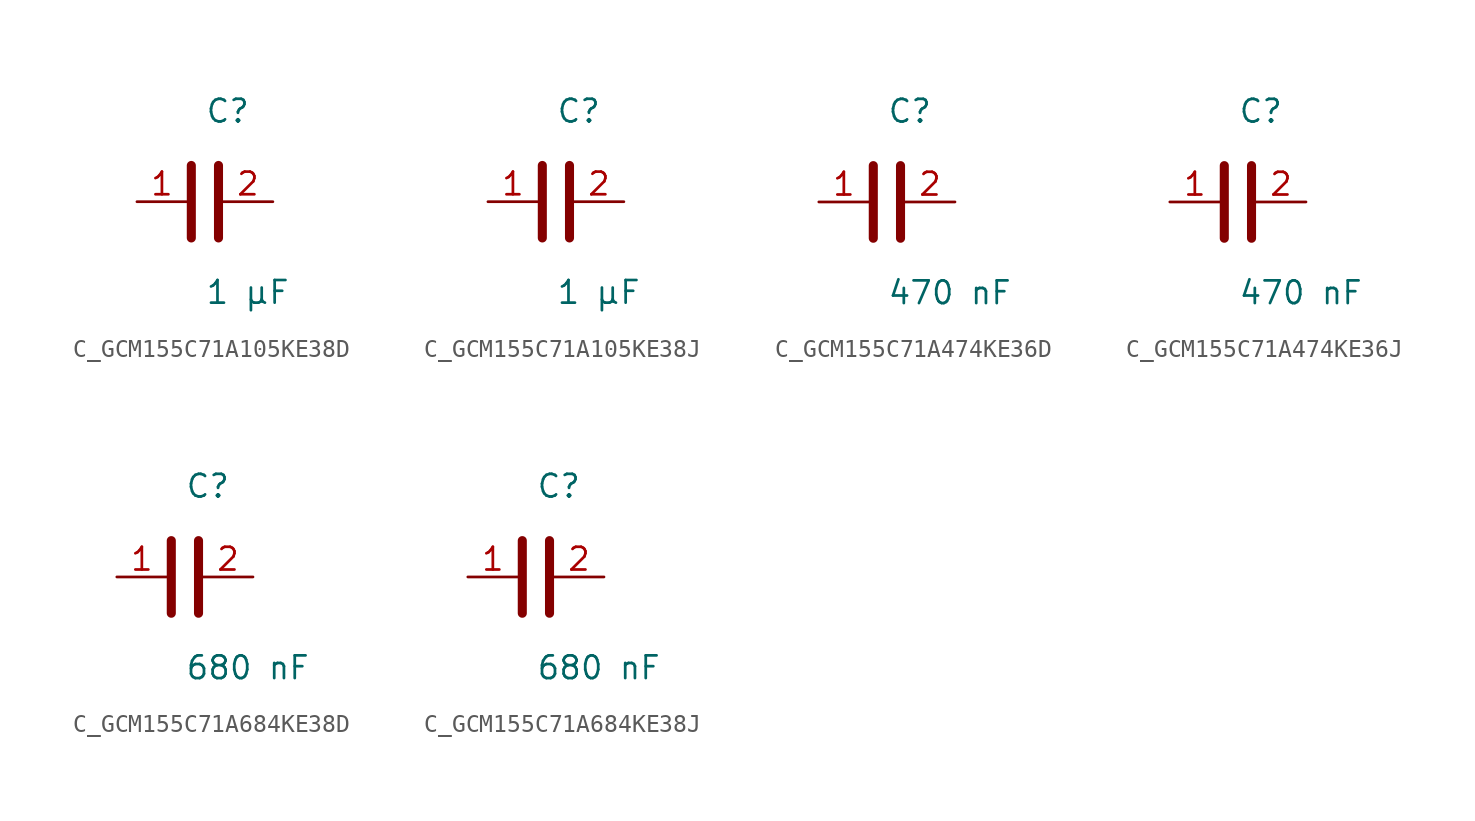
<source format=kicad_sym>
(kicad_symbol_lib
  (version 20231120)
  (generator kicad_symbol_editor)
  (generator_version 8.0)
  (symbol "C_GCM155C71A105KE38D"
    (pin_names
      (offset 0.254))
    (property "Reference" "C"
      (at 0.0 5.08 0)
      (effects (font (size 1.27 1.27)) (justify left)))
    (property "Value" "1 µF"
      (at 0.0 -5.08 0)
      (effects (font (size 1.27 1.27)) (justify left)))
    (symbol "C_GCM155C71A105KE38D_0_1"
      (polyline (pts (xy -0.762 -2.032) (xy -0.762 2.032)) (stroke (width 0.508) (type default)) (fill (type none)))
      (polyline (pts (xy 0.762 -2.032) (xy 0.762 2.032)) (stroke (width 0.508) (type default)) (fill (type none))))
    (pin unspecified line
      (at -3.81 0 0)
      (length 2.8)
      (name "" (effects (font (size 1.27 1.27))))
      (number "1" (effects (font (size 1.27 1.27)))))
    (pin unspecified line
      (at 3.81 0 180)
      (length 2.8)
      (name "" (effects (font (size 1.27 1.27))))
      (number "2" (effects (font (size 1.27 1.27))))))
  (symbol "C_GCM155C71A105KE38J"
    (pin_names
      (offset 0.254))
    (property "Reference" "C"
      (at 0.0 5.08 0)
      (effects (font (size 1.27 1.27)) (justify left)))
    (property "Value" "1 µF"
      (at 0.0 -5.08 0)
      (effects (font (size 1.27 1.27)) (justify left)))
    (symbol "C_GCM155C71A105KE38J_0_1"
      (polyline (pts (xy -0.762 -2.032) (xy -0.762 2.032)) (stroke (width 0.508) (type default)) (fill (type none)))
      (polyline (pts (xy 0.762 -2.032) (xy 0.762 2.032)) (stroke (width 0.508) (type default)) (fill (type none))))
    (pin unspecified line
      (at -3.81 0 0)
      (length 2.8)
      (name "" (effects (font (size 1.27 1.27))))
      (number "1" (effects (font (size 1.27 1.27)))))
    (pin unspecified line
      (at 3.81 0 180)
      (length 2.8)
      (name "" (effects (font (size 1.27 1.27))))
      (number "2" (effects (font (size 1.27 1.27))))))
  (symbol "C_GCM155C71A474KE36D"
    (pin_names
      (offset 0.254))
    (property "Reference" "C"
      (at 0.0 5.08 0)
      (effects (font (size 1.27 1.27)) (justify left)))
    (property "Value" "470 nF"
      (at 0.0 -5.08 0)
      (effects (font (size 1.27 1.27)) (justify left)))
    (symbol "C_GCM155C71A474KE36D_0_1"
      (polyline (pts (xy -0.762 -2.032) (xy -0.762 2.032)) (stroke (width 0.508) (type default)) (fill (type none)))
      (polyline (pts (xy 0.762 -2.032) (xy 0.762 2.032)) (stroke (width 0.508) (type default)) (fill (type none))))
    (pin unspecified line
      (at -3.81 0 0)
      (length 2.8)
      (name "" (effects (font (size 1.27 1.27))))
      (number "1" (effects (font (size 1.27 1.27)))))
    (pin unspecified line
      (at 3.81 0 180)
      (length 2.8)
      (name "" (effects (font (size 1.27 1.27))))
      (number "2" (effects (font (size 1.27 1.27))))))
  (symbol "C_GCM155C71A474KE36J"
    (pin_names
      (offset 0.254))
    (property "Reference" "C"
      (at 0.0 5.08 0)
      (effects (font (size 1.27 1.27)) (justify left)))
    (property "Value" "470 nF"
      (at 0.0 -5.08 0)
      (effects (font (size 1.27 1.27)) (justify left)))
    (symbol "C_GCM155C71A474KE36J_0_1"
      (polyline (pts (xy -0.762 -2.032) (xy -0.762 2.032)) (stroke (width 0.508) (type default)) (fill (type none)))
      (polyline (pts (xy 0.762 -2.032) (xy 0.762 2.032)) (stroke (width 0.508) (type default)) (fill (type none))))
    (pin unspecified line
      (at -3.81 0 0)
      (length 2.8)
      (name "" (effects (font (size 1.27 1.27))))
      (number "1" (effects (font (size 1.27 1.27)))))
    (pin unspecified line
      (at 3.81 0 180)
      (length 2.8)
      (name "" (effects (font (size 1.27 1.27))))
      (number "2" (effects (font (size 1.27 1.27))))))
  (symbol "C_GCM155C71A684KE38D"
    (pin_names
      (offset 0.254))
    (property "Reference" "C"
      (at 0.0 5.08 0)
      (effects (font (size 1.27 1.27)) (justify left)))
    (property "Value" "680 nF"
      (at 0.0 -5.08 0)
      (effects (font (size 1.27 1.27)) (justify left)))
    (symbol "C_GCM155C71A684KE38D_0_1"
      (polyline (pts (xy -0.762 -2.032) (xy -0.762 2.032)) (stroke (width 0.508) (type default)) (fill (type none)))
      (polyline (pts (xy 0.762 -2.032) (xy 0.762 2.032)) (stroke (width 0.508) (type default)) (fill (type none))))
    (pin unspecified line
      (at -3.81 0 0)
      (length 2.8)
      (name "" (effects (font (size 1.27 1.27))))
      (number "1" (effects (font (size 1.27 1.27)))))
    (pin unspecified line
      (at 3.81 0 180)
      (length 2.8)
      (name "" (effects (font (size 1.27 1.27))))
      (number "2" (effects (font (size 1.27 1.27))))))
  (symbol "C_GCM155C71A684KE38J"
    (pin_names
      (offset 0.254))
    (property "Reference" "C"
      (at 0.0 5.08 0)
      (effects (font (size 1.27 1.27)) (justify left)))
    (property "Value" "680 nF"
      (at 0.0 -5.08 0)
      (effects (font (size 1.27 1.27)) (justify left)))
    (symbol "C_GCM155C71A684KE38J_0_1"
      (polyline (pts (xy -0.762 -2.032) (xy -0.762 2.032)) (stroke (width 0.508) (type default)) (fill (type none)))
      (polyline (pts (xy 0.762 -2.032) (xy 0.762 2.032)) (stroke (width 0.508) (type default)) (fill (type none))))
    (pin unspecified line
      (at -3.81 0 0)
      (length 2.8)
      (name "" (effects (font (size 1.27 1.27))))
      (number "1" (effects (font (size 1.27 1.27)))))
    (pin unspecified line
      (at 3.81 0 180)
      (length 2.8)
      (name "" (effects (font (size 1.27 1.27))))
      (number "2" (effects (font (size 1.27 1.27)))))))
</source>
